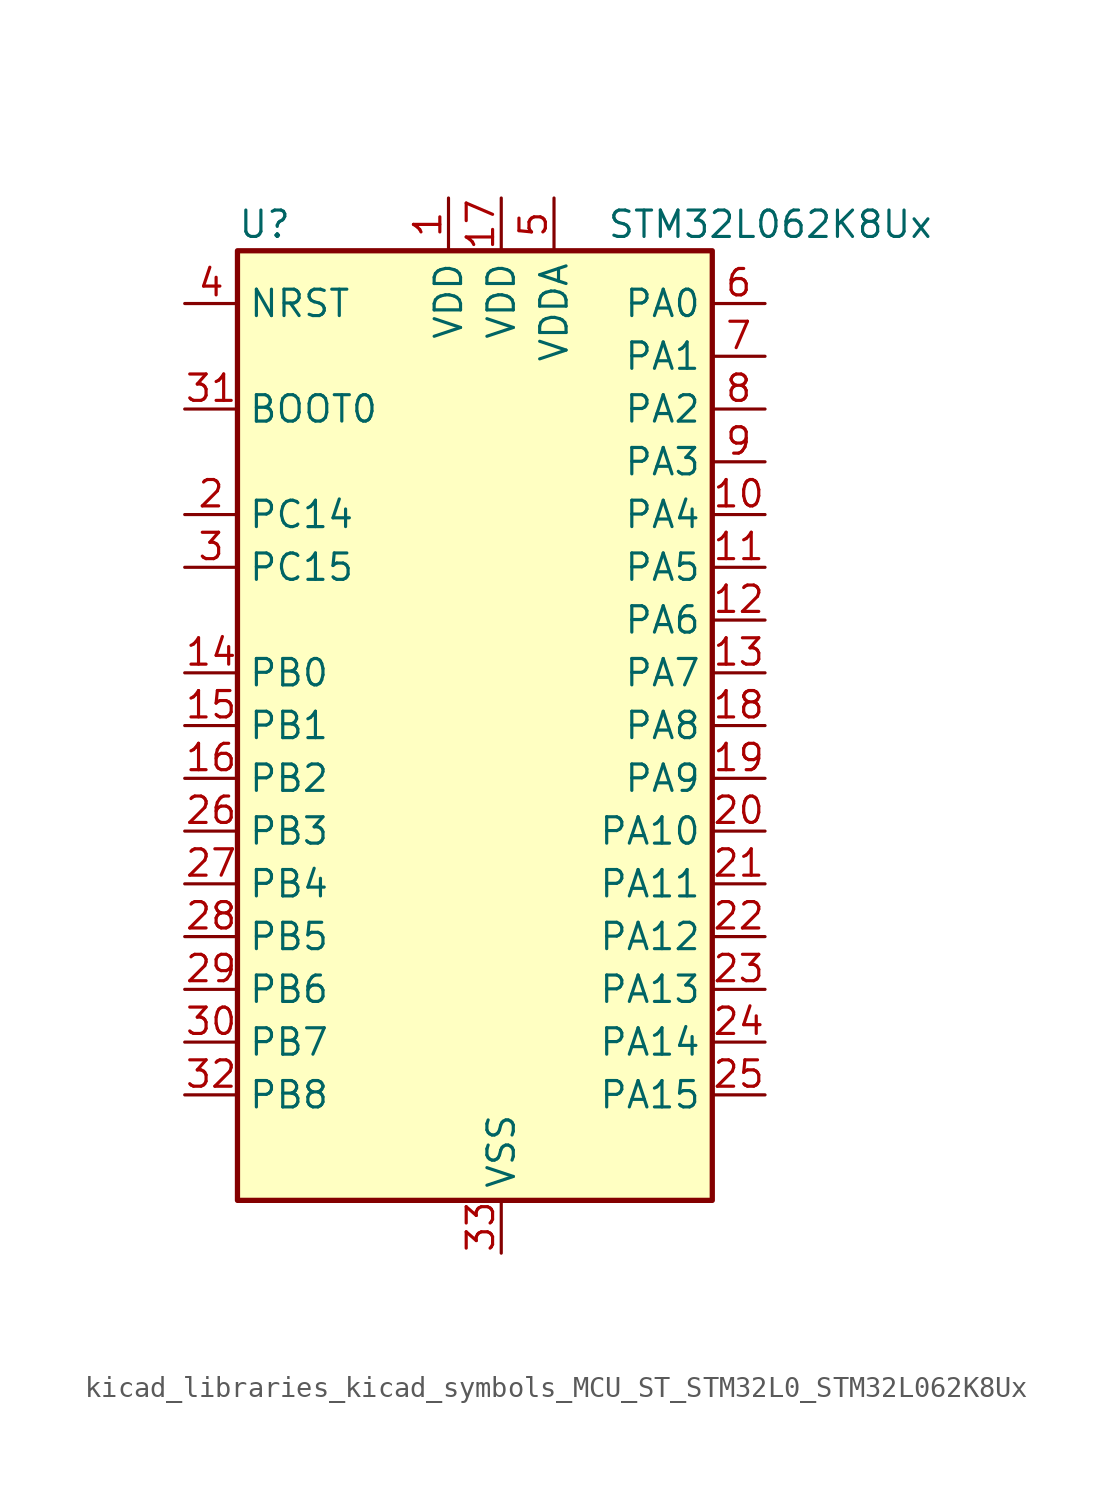
<source format=kicad_sym>
(kicad_symbol_lib
  (version 20220914)
  (generator kicad_symbol_editor)
  (symbol "kicad_libraries_kicad_symbols_MCU_ST_STM32L0_STM32L062K8Ux"
    (property "Reference" "U"
      (at -10.16 24.13 0)
      (effects (font (size 1.27 1.27)) (justify left)))
    (property "Value" "STM32L062K8Ux"
      (at 7.62 24.13 0)
      (effects (font (size 1.27 1.27)) (justify left)))
    (property "ki_locked" ""
      (at 0 0 0)
      (effects (font (size 1.27 1.27))))
    (symbol "kicad_libraries_kicad_symbols_MCU_ST_STM32L0_STM32L062K8Ux_0_1"
      (rectangle (start -10.16 -22.86) (end 12.7 22.86) (stroke (width 0.254) (type default)) (fill (type background))))
    (symbol "kicad_libraries_kicad_symbols_MCU_ST_STM32L0_STM32L062K8Ux_1_1"
      (pin power_in line (at 0 25.4 270) (length 2.54) (name "VDD" (effects (font (size 1.27 1.27)))) (number "1" (effects (font (size 1.27 1.27)))))
      (pin bidirectional line (at 15.24 10.16 180) (length 2.54) (name "PA4" (effects (font (size 1.27 1.27)))) (number "10" (effects (font (size 1.27 1.27)))) (alternate "ADC_IN4" bidirectional line) (alternate "COMP1_INM" bidirectional line) (alternate "COMP2_INM" bidirectional line) (alternate "DAC_OUT1" bidirectional line) (alternate "SPI1_NSS" bidirectional line) (alternate "TIM22_ETR" bidirectional line) (alternate "TSC_G2_IO1" bidirectional line) (alternate "USART2_CK" bidirectional line))
      (pin bidirectional line (at 15.24 7.62 180) (length 2.54) (name "PA5" (effects (font (size 1.27 1.27)))) (number "11" (effects (font (size 1.27 1.27)))) (alternate "ADC_IN5" bidirectional line) (alternate "COMP1_INM" bidirectional line) (alternate "COMP2_INM" bidirectional line) (alternate "SPI1_SCK" bidirectional line) (alternate "TIM2_CH1" bidirectional line) (alternate "TIM2_ETR" bidirectional line) (alternate "TSC_G2_IO2" bidirectional line))
      (pin bidirectional line (at 15.24 5.08 180) (length 2.54) (name "PA6" (effects (font (size 1.27 1.27)))) (number "12" (effects (font (size 1.27 1.27)))) (alternate "ADC_IN6" bidirectional line) (alternate "COMP1_OUT" bidirectional line) (alternate "SPI1_MISO" bidirectional line) (alternate "TIM22_CH1" bidirectional line) (alternate "TSC_G2_IO3" bidirectional line))
      (pin bidirectional line (at 15.24 2.54 180) (length 2.54) (name "PA7" (effects (font (size 1.27 1.27)))) (number "13" (effects (font (size 1.27 1.27)))) (alternate "ADC_IN7" bidirectional line) (alternate "COMP2_OUT" bidirectional line) (alternate "SPI1_MOSI" bidirectional line) (alternate "TIM22_CH2" bidirectional line) (alternate "TSC_G2_IO4" bidirectional line))
      (pin bidirectional line (at -12.7 2.54 0) (length 2.54) (name "PB0" (effects (font (size 1.27 1.27)))) (number "14" (effects (font (size 1.27 1.27)))) (alternate "ADC_IN8" bidirectional line) (alternate "SYS_VREF_OUT_PB0" bidirectional line) (alternate "TSC_G3_IO2" bidirectional line))
      (pin bidirectional line (at -12.7 0 0) (length 2.54) (name "PB1" (effects (font (size 1.27 1.27)))) (number "15" (effects (font (size 1.27 1.27)))) (alternate "ADC_IN9" bidirectional line) (alternate "SYS_VREF_OUT_PB1" bidirectional line) (alternate "TSC_G3_IO3" bidirectional line))
      (pin bidirectional line (at -12.7 -2.54 0) (length 2.54) (name "PB2" (effects (font (size 1.27 1.27)))) (number "16" (effects (font (size 1.27 1.27)))) (alternate "LPTIM1_OUT" bidirectional line) (alternate "TSC_G3_IO4" bidirectional line))
      (pin power_in line (at 2.54 25.4 270) (length 2.54) (name "VDD" (effects (font (size 1.27 1.27)))) (number "17" (effects (font (size 1.27 1.27)))))
      (pin bidirectional line (at 15.24 0 180) (length 2.54) (name "PA8" (effects (font (size 1.27 1.27)))) (number "18" (effects (font (size 1.27 1.27)))) (alternate "CRS_SYNC" bidirectional line) (alternate "RCC_MCO" bidirectional line) (alternate "USART1_CK" bidirectional line))
      (pin bidirectional line (at 15.24 -2.54 180) (length 2.54) (name "PA9" (effects (font (size 1.27 1.27)))) (number "19" (effects (font (size 1.27 1.27)))) (alternate "DAC_EXTI9" bidirectional line) (alternate "RCC_MCO" bidirectional line) (alternate "TSC_G4_IO1" bidirectional line) (alternate "USART1_TX" bidirectional line))
      (pin bidirectional line (at -12.7 10.16 0) (length 2.54) (name "PC14" (effects (font (size 1.27 1.27)))) (number "2" (effects (font (size 1.27 1.27)))) (alternate "RCC_OSC32_IN" bidirectional line))
      (pin bidirectional line (at 15.24 -5.08 180) (length 2.54) (name "PA10" (effects (font (size 1.27 1.27)))) (number "20" (effects (font (size 1.27 1.27)))) (alternate "TSC_G4_IO2" bidirectional line) (alternate "USART1_RX" bidirectional line))
      (pin bidirectional line (at 15.24 -7.62 180) (length 2.54) (name "PA11" (effects (font (size 1.27 1.27)))) (number "21" (effects (font (size 1.27 1.27)))) (alternate "ADC_EXTI11" bidirectional line) (alternate "COMP1_OUT" bidirectional line) (alternate "SPI1_MISO" bidirectional line) (alternate "TSC_G4_IO3" bidirectional line) (alternate "USART1_CTS" bidirectional line) (alternate "USB_DM" bidirectional line))
      (pin bidirectional line (at 15.24 -10.16 180) (length 2.54) (name "PA12" (effects (font (size 1.27 1.27)))) (number "22" (effects (font (size 1.27 1.27)))) (alternate "COMP2_OUT" bidirectional line) (alternate "SPI1_MOSI" bidirectional line) (alternate "TSC_G4_IO4" bidirectional line) (alternate "USART1_DE" bidirectional line) (alternate "USART1_RTS" bidirectional line) (alternate "USB_DP" bidirectional line))
      (pin bidirectional line (at 15.24 -12.7 180) (length 2.54) (name "PA13" (effects (font (size 1.27 1.27)))) (number "23" (effects (font (size 1.27 1.27)))) (alternate "SYS_SWDIO" bidirectional line) (alternate "USB_NOE" bidirectional line))
      (pin bidirectional line (at 15.24 -15.24 180) (length 2.54) (name "PA14" (effects (font (size 1.27 1.27)))) (number "24" (effects (font (size 1.27 1.27)))) (alternate "SYS_SWCLK" bidirectional line) (alternate "USART2_TX" bidirectional line))
      (pin bidirectional line (at 15.24 -17.78 180) (length 2.54) (name "PA15" (effects (font (size 1.27 1.27)))) (number "25" (effects (font (size 1.27 1.27)))) (alternate "SPI1_NSS" bidirectional line) (alternate "TIM2_CH1" bidirectional line) (alternate "TIM2_ETR" bidirectional line) (alternate "USART2_RX" bidirectional line))
      (pin bidirectional line (at -12.7 -5.08 0) (length 2.54) (name "PB3" (effects (font (size 1.27 1.27)))) (number "26" (effects (font (size 1.27 1.27)))) (alternate "COMP2_INM" bidirectional line) (alternate "SPI1_SCK" bidirectional line) (alternate "TIM2_CH2" bidirectional line) (alternate "TSC_G5_IO1" bidirectional line))
      (pin bidirectional line (at -12.7 -7.62 0) (length 2.54) (name "PB4" (effects (font (size 1.27 1.27)))) (number "27" (effects (font (size 1.27 1.27)))) (alternate "COMP2_INP" bidirectional line) (alternate "SPI1_MISO" bidirectional line) (alternate "TIM22_CH1" bidirectional line) (alternate "TSC_G5_IO2" bidirectional line))
      (pin bidirectional line (at -12.7 -10.16 0) (length 2.54) (name "PB5" (effects (font (size 1.27 1.27)))) (number "28" (effects (font (size 1.27 1.27)))) (alternate "COMP2_INP" bidirectional line) (alternate "I2C1_SMBA" bidirectional line) (alternate "LPTIM1_IN1" bidirectional line) (alternate "SPI1_MOSI" bidirectional line) (alternate "TIM22_CH2" bidirectional line))
      (pin bidirectional line (at -12.7 -12.7 0) (length 2.54) (name "PB6" (effects (font (size 1.27 1.27)))) (number "29" (effects (font (size 1.27 1.27)))) (alternate "COMP2_INP" bidirectional line) (alternate "I2C1_SCL" bidirectional line) (alternate "LPTIM1_ETR" bidirectional line) (alternate "TSC_G5_IO3" bidirectional line) (alternate "USART1_TX" bidirectional line))
      (pin bidirectional line (at -12.7 7.62 0) (length 2.54) (name "PC15" (effects (font (size 1.27 1.27)))) (number "3" (effects (font (size 1.27 1.27)))) (alternate "RCC_OSC32_OUT" bidirectional line))
      (pin bidirectional line (at -12.7 -15.24 0) (length 2.54) (name "PB7" (effects (font (size 1.27 1.27)))) (number "30" (effects (font (size 1.27 1.27)))) (alternate "COMP2_INP" bidirectional line) (alternate "I2C1_SDA" bidirectional line) (alternate "LPTIM1_IN2" bidirectional line) (alternate "SYS_PVD_IN" bidirectional line) (alternate "TSC_G5_IO4" bidirectional line) (alternate "USART1_RX" bidirectional line))
      (pin input line (at -12.7 15.24 0) (length 2.54) (name "BOOT0" (effects (font (size 1.27 1.27)))) (number "31" (effects (font (size 1.27 1.27)))))
      (pin bidirectional line (at -12.7 -17.78 0) (length 2.54) (name "PB8" (effects (font (size 1.27 1.27)))) (number "32" (effects (font (size 1.27 1.27)))) (alternate "I2C1_SCL" bidirectional line) (alternate "TSC_SYNC" bidirectional line))
      (pin power_in line (at 2.54 -25.4 90) (length 2.54) (name "VSS" (effects (font (size 1.27 1.27)))) (number "33" (effects (font (size 1.27 1.27)))))
      (pin input line (at -12.7 20.32 0) (length 2.54) (name "NRST" (effects (font (size 1.27 1.27)))) (number "4" (effects (font (size 1.27 1.27)))))
      (pin power_in line (at 5.08 25.4 270) (length 2.54) (name "VDDA" (effects (font (size 1.27 1.27)))) (number "5" (effects (font (size 1.27 1.27)))))
      (pin bidirectional line (at 15.24 20.32 180) (length 2.54) (name "PA0" (effects (font (size 1.27 1.27)))) (number "6" (effects (font (size 1.27 1.27)))) (alternate "ADC_IN0" bidirectional line) (alternate "COMP1_INM" bidirectional line) (alternate "COMP1_OUT" bidirectional line) (alternate "RTC_TAMP2" bidirectional line) (alternate "SYS_WKUP1" bidirectional line) (alternate "TIM2_CH1" bidirectional line) (alternate "TIM2_ETR" bidirectional line) (alternate "TSC_G1_IO1" bidirectional line) (alternate "USART2_CTS" bidirectional line))
      (pin bidirectional line (at 15.24 17.78 180) (length 2.54) (name "PA1" (effects (font (size 1.27 1.27)))) (number "7" (effects (font (size 1.27 1.27)))) (alternate "ADC_IN1" bidirectional line) (alternate "COMP1_INP" bidirectional line) (alternate "TIM21_ETR" bidirectional line) (alternate "TIM2_CH2" bidirectional line) (alternate "TSC_G1_IO2" bidirectional line) (alternate "USART2_DE" bidirectional line) (alternate "USART2_RTS" bidirectional line))
      (pin bidirectional line (at 15.24 15.24 180) (length 2.54) (name "PA2" (effects (font (size 1.27 1.27)))) (number "8" (effects (font (size 1.27 1.27)))) (alternate "ADC_IN2" bidirectional line) (alternate "COMP2_INM" bidirectional line) (alternate "COMP2_OUT" bidirectional line) (alternate "TIM21_CH1" bidirectional line) (alternate "TIM2_CH3" bidirectional line) (alternate "TSC_G1_IO3" bidirectional line) (alternate "USART2_TX" bidirectional line))
      (pin bidirectional line (at 15.24 12.7 180) (length 2.54) (name "PA3" (effects (font (size 1.27 1.27)))) (number "9" (effects (font (size 1.27 1.27)))) (alternate "ADC_IN3" bidirectional line) (alternate "COMP2_INP" bidirectional line) (alternate "TIM21_CH2" bidirectional line) (alternate "TIM2_CH4" bidirectional line) (alternate "TSC_G1_IO4" bidirectional line) (alternate "USART2_RX" bidirectional line)))))
</source>
